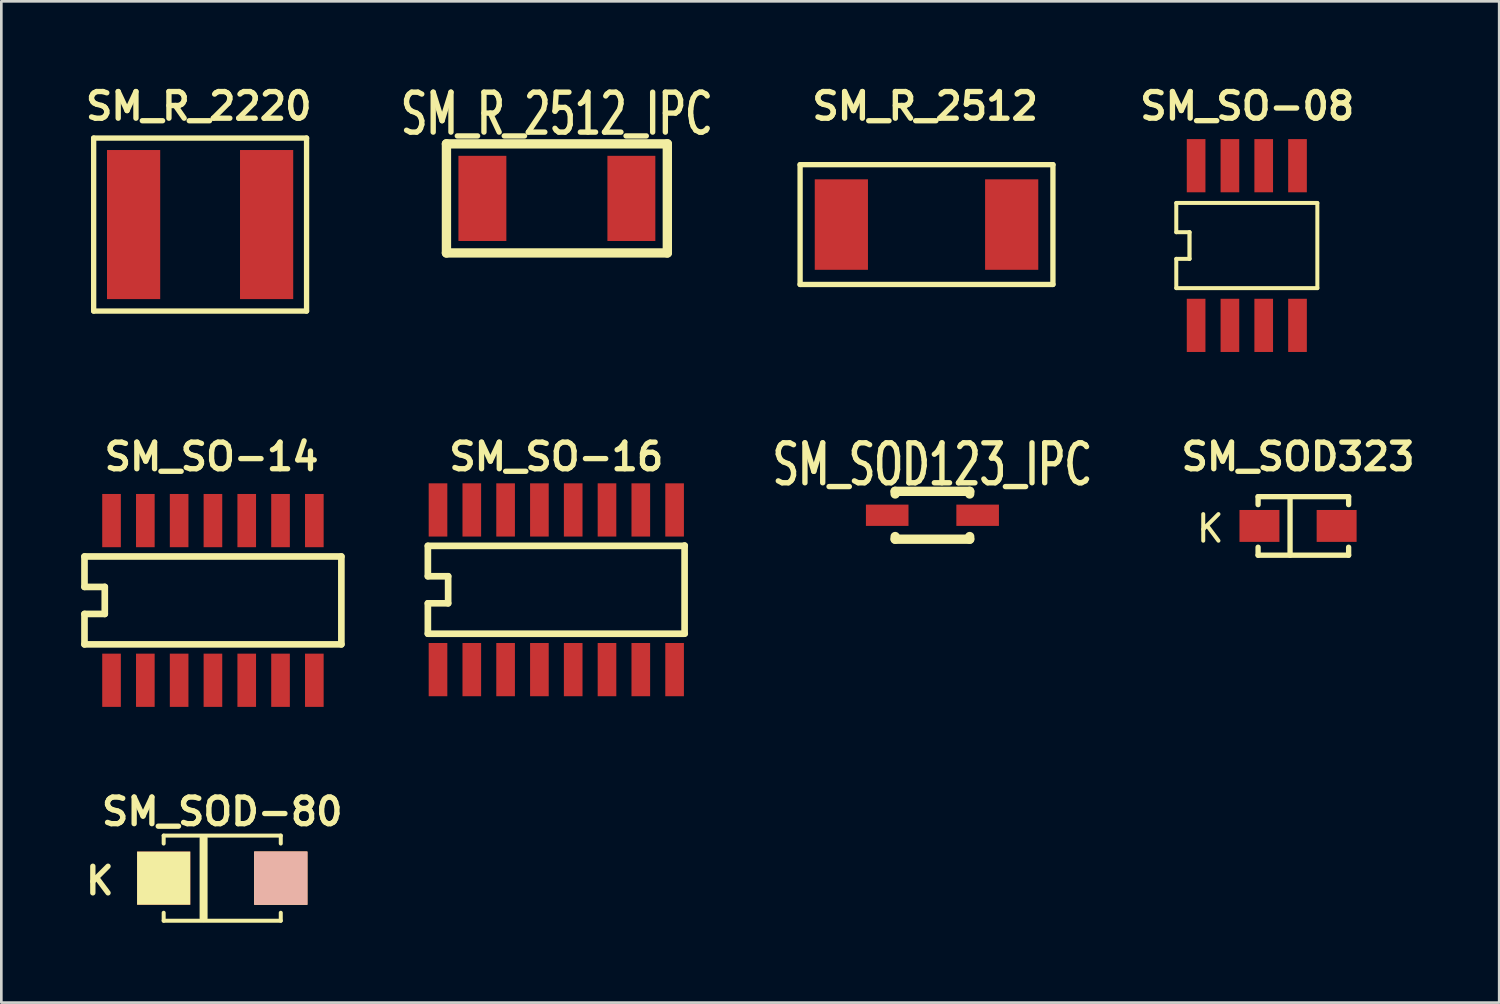
<source format=kicad_pcb>
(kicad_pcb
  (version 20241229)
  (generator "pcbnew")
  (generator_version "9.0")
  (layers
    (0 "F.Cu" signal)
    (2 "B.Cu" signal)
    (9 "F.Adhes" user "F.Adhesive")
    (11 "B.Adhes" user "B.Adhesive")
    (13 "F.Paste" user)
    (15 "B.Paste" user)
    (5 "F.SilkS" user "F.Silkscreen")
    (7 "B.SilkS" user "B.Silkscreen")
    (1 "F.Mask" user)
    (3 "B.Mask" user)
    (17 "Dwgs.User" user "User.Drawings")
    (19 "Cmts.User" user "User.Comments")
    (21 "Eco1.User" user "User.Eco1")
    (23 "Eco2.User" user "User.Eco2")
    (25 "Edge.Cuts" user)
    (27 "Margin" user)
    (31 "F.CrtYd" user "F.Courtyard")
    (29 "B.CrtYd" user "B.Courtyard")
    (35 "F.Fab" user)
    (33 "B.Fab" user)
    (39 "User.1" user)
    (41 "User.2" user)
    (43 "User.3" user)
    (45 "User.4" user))
  (footprint "SM_R_2220"
    (layer "F.Cu")
    (at 4.469 5.388)
    (property "Reference" "SM_R_2220" (at -0.051 -4.45 0) (layer "F.SilkS") (effects (font (size 1.001 1.001) (thickness 0.201))))
    (attr through_hole)
    (fp_line (start -4 -3.25) (end 4 -3.25) (stroke (width 0.2) (type solid)) (layer "F.SilkS"))
    (fp_line (start -4 3.25) (end -4 -3.25) (stroke (width 0.2) (type solid)) (layer "F.SilkS"))
    (fp_line (start 4 -3.25) (end 4 3.25) (stroke (width 0.2) (type solid)) (layer "F.SilkS"))
    (fp_line (start 4 3.25) (end -4 3.25) (stroke (width 0.2) (type solid)) (layer "F.SilkS"))
    (pad "1" smd rect (at -2.499 0) (size 1.999 5.601) (layers "F.Cu" "F.Mask" "F.Paste"))
    (pad "2" smd rect (at 2.499 0) (size 1.999 5.601) (layers "F.Cu" "F.Mask" "F.Paste")))
  (footprint "SM_SOD123_IPC"
    (layer "F.Cu")
    (at 31.986 16.311)
    (property "Reference" "SM_SOD123_IPC" (at 0 -1.905 0) (layer "F.SilkS") (effects (font (size 1.501 1.001) (thickness 0.201))))
    (attr through_hole)
    (fp_line (start -1.4 -0.899) (end -1.4 -0.8) (stroke (width 0.351) (type solid)) (layer "F.SilkS"))
    (fp_line (start -1.4 0.899) (end -1.4 0.8) (stroke (width 0.351) (type solid)) (layer "F.SilkS"))
    (fp_line (start -1.4 0.899) (end 1.4 0.899) (stroke (width 0.351) (type solid)) (layer "F.SilkS"))
    (fp_line (start 1.4 -0.899) (end -1.4 -0.899) (stroke (width 0.351) (type solid)) (layer "F.SilkS"))
    (fp_line (start 1.4 -0.899) (end 1.4 -0.8) (stroke (width 0.351) (type solid)) (layer "F.SilkS"))
    (fp_line (start 1.4 0.899) (end 1.4 0.8) (stroke (width 0.351) (type solid)) (layer "F.SilkS"))
    (pad "1" smd rect (at -1.699 0) (size 1.6 0.8) (layers "F.Cu" "F.Mask" "F.Paste"))
    (pad "2" smd rect (at 1.699 0) (size 1.6 0.8) (layers "F.Cu" "F.Mask" "F.Paste")))
  (footprint "SM_SO-14"
    (layer "F.Cu")
    (at 4.951 19.511)
    (property "Reference" "SM_SO-14" (at -0.05 -5.4 0) (layer "F.SilkS") (effects (font (size 1 1) (thickness 0.2))))
    (attr smd)
    (fp_line (start -4.826 -1.651) (end -4.826 -0.508) (stroke (width 0.25) (type solid)) (layer "F.SilkS"))
    (fp_line (start -4.826 -0.508) (end -4.064 -0.508) (stroke (width 0.25) (type solid)) (layer "F.SilkS"))
    (fp_line (start -4.826 0.508) (end -4.826 1.651) (stroke (width 0.25) (type solid)) (layer "F.SilkS"))
    (fp_line (start -4.826 1.651) (end 4.826 1.651) (stroke (width 0.25) (type solid)) (layer "F.SilkS"))
    (fp_line (start -4.064 -0.508) (end -4.064 0.508) (stroke (width 0.25) (type solid)) (layer "F.SilkS"))
    (fp_line (start -4.064 0.508) (end -4.826 0.508) (stroke (width 0.25) (type solid)) (layer "F.SilkS"))
    (fp_line (start 4.826 -1.651) (end -4.826 -1.651) (stroke (width 0.25) (type solid)) (layer "F.SilkS"))
    (fp_line (start 4.826 1.651) (end 4.826 -1.651) (stroke (width 0.25) (type solid)) (layer "F.SilkS"))
    (pad "1" smd rect (at -3.81 3) (size 0.7 2) (layers "F.Cu" "F.Mask" "F.Paste"))
    (pad "2" smd rect (at -2.54 3) (size 0.7 2) (layers "F.Cu" "F.Mask" "F.Paste"))
    (pad "3" smd rect (at -1.27 3) (size 0.7 2) (layers "F.Cu" "F.Mask" "F.Paste"))
    (pad "4" smd rect (at 0 3) (size 0.7 2) (layers "F.Cu" "F.Mask" "F.Paste"))
    (pad "5" smd rect (at 1.27 3) (size 0.7 2) (layers "F.Cu" "F.Mask" "F.Paste"))
    (pad "6" smd rect (at 2.54 3) (size 0.7 2) (layers "F.Cu" "F.Mask" "F.Paste"))
    (pad "7" smd rect (at 3.81 3) (size 0.7 2) (layers "F.Cu" "F.Mask" "F.Paste"))
    (pad "8" smd rect (at 3.81 -3) (size 0.7 2) (layers "F.Cu" "F.Mask" "F.Paste"))
    (pad "9" smd rect (at 2.54 -3) (size 0.7 2) (layers "F.Cu" "F.Mask" "F.Paste"))
    (pad "10" smd rect (at 1.27 -3) (size 0.7 2) (layers "F.Cu" "F.Mask" "F.Paste"))
    (pad "11" smd rect (at 0 -3) (size 0.7 2) (layers "F.Cu" "F.Mask" "F.Paste"))
    (pad "12" smd rect (at -1.27 -3) (size 0.7 2) (layers "F.Cu" "F.Mask" "F.Paste"))
    (pad "13" smd rect (at -2.54 -3) (size 0.7 2) (layers "F.Cu" "F.Mask" "F.Paste"))
    (pad "14" smd rect (at -3.81 -3) (size 0.7 2) (layers "F.Cu" "F.Mask" "F.Paste")))
  (footprint "SM_SOD-80"
    (layer "F.Cu")
    (at 5.3 29.947)
    (property "Reference" "SM_SOD-80" (at 0 -2.5 0) (layer "F.SilkS") (effects (font (size 1 1) (thickness 0.2))))
    (attr through_hole)
    (fp_line (start -2.2 -1.6) (end -2.2 -1.3) (stroke (width 0.15) (type solid)) (layer "F.SilkS"))
    (fp_line (start -2.2 -1.6) (end 2.2 -1.6) (stroke (width 0.15) (type solid)) (layer "F.SilkS"))
    (fp_line (start -2.2 1.3) (end -2.2 1.6) (stroke (width 0.15) (type solid)) (layer "F.SilkS"))
    (fp_line (start -2.2 1.6) (end 2.2 1.6) (stroke (width 0.15) (type solid)) (layer "F.SilkS"))
    (fp_line (start -0.7 1.5) (end -0.7 -1.5) (stroke (width 0.3) (type solid)) (layer "F.SilkS"))
    (fp_line (start 2.2 -1.6) (end 2.2 -1.3) (stroke (width 0.15) (type solid)) (layer "F.SilkS"))
    (fp_line (start 2.2 1.6) (end 2.2 1.3) (stroke (width 0.15) (type solid)) (layer "F.SilkS"))
    (fp_text user "K" (at -4.6 0.1 0) (layer "F.SilkS") (effects (font (size 1 1) (thickness 0.2))))
    (pad "1" smd rect (at 2.2 0) (size 1.999 1.999) (layers "*.SilkS" "F.Cu" "F.Mask" "F.Paste"))
    (pad "2" smd rect (at -2.2 0) (size 1.999 1.999) (layers "F.Cu" "F.Mask" "F.SilkS" "F.Paste")))
  (footprint "SM_R_2512_IPC"
    (layer "F.Cu")
    (at 17.875 4.405)
    (property "Reference" "SM_R_2512_IPC" (at 0 -3.175 0) (layer "F.SilkS") (effects (font (size 1.501 1.001) (thickness 0.201))))
    (attr through_hole)
    (fp_line (start -4.15 -2.05) (end 4.15 -2.05) (stroke (width 0.351) (type solid)) (layer "F.SilkS"))
    (fp_line (start -4.15 2.05) (end -4.15 -2.05) (stroke (width 0.351) (type solid)) (layer "F.SilkS"))
    (fp_line (start 4.15 -2.05) (end 4.15 2.05) (stroke (width 0.351) (type solid)) (layer "F.SilkS"))
    (fp_line (start 4.15 2.05) (end -4.15 2.05) (stroke (width 0.351) (type solid)) (layer "F.SilkS"))
    (pad "1" smd rect (at -2.799 0) (size 1.801 3.2) (layers "F.Cu" "F.Mask" "F.Paste"))
    (pad "2" smd rect (at 2.799 0) (size 1.801 3.2) (layers "F.Cu" "F.Mask" "F.Paste")))
  (footprint "SM_SO-16"
    (layer "F.Cu")
    (at 17.853 19.111)
    (property "Reference" "SM_SO-16" (at 0 -5 0) (layer "F.SilkS") (effects (font (size 1 1) (thickness 0.2))))
    (attr smd)
    (fp_line (start -4.826 -1.651) (end -4.826 -0.508) (stroke (width 0.25) (type solid)) (layer "F.SilkS"))
    (fp_line (start -4.826 -0.508) (end -4.064 -0.508) (stroke (width 0.25) (type solid)) (layer "F.SilkS"))
    (fp_line (start -4.826 0.508) (end -4.826 1.651) (stroke (width 0.25) (type solid)) (layer "F.SilkS"))
    (fp_line (start -4.826 1.651) (end 4.826 1.651) (stroke (width 0.25) (type solid)) (layer "F.SilkS"))
    (fp_line (start -4.064 -0.508) (end -4.064 0.508) (stroke (width 0.25) (type solid)) (layer "F.SilkS"))
    (fp_line (start -4.064 0.508) (end -4.826 0.508) (stroke (width 0.25) (type solid)) (layer "F.SilkS"))
    (fp_line (start 4.821 1.638) (end 4.821 -1.664) (stroke (width 0.25) (type solid)) (layer "F.SilkS"))
    (fp_line (start 4.826 -1.651) (end -4.826 -1.651) (stroke (width 0.25) (type solid)) (layer "F.SilkS"))
    (pad "1" smd rect (at -4.445 3) (size 0.7 2) (layers "F.Cu" "F.Mask" "F.Paste"))
    (pad "2" smd rect (at -3.175 3) (size 0.7 2) (layers "F.Cu" "F.Mask" "F.Paste"))
    (pad "3" smd rect (at -1.905 3) (size 0.7 2) (layers "F.Cu" "F.Mask" "F.Paste"))
    (pad "4" smd rect (at -0.635 3) (size 0.7 2) (layers "F.Cu" "F.Mask" "F.Paste"))
    (pad "5" smd rect (at 0.635 3) (size 0.7 2) (layers "F.Cu" "F.Mask" "F.Paste"))
    (pad "6" smd rect (at 1.905 3) (size 0.7 2) (layers "F.Cu" "F.Mask" "F.Paste"))
    (pad "7" smd rect (at 3.175 3) (size 0.7 2) (layers "F.Cu" "F.Mask" "F.Paste"))
    (pad "8" smd rect (at 4.445 3) (size 0.7 2) (layers "F.Cu" "F.Mask" "F.Paste"))
    (pad "9" smd rect (at 4.445 -3) (size 0.7 2) (layers "F.Cu" "F.Mask" "F.Paste"))
    (pad "10" smd rect (at 3.175 -3) (size 0.7 2) (layers "F.Cu" "F.Mask" "F.Paste"))
    (pad "11" smd rect (at 1.905 -3) (size 0.7 2) (layers "F.Cu" "F.Mask" "F.Paste"))
    (pad "12" smd rect (at 0.635 -3) (size 0.7 2) (layers "F.Cu" "F.Mask" "F.Paste"))
    (pad "13" smd rect (at -0.635 -3) (size 0.7 2) (layers "F.Cu" "F.Mask" "F.Paste"))
    (pad "14" smd rect (at -1.905 -3) (size 0.7 2) (layers "F.Cu" "F.Mask" "F.Paste"))
    (pad "15" smd rect (at -3.175 -3) (size 0.7 2) (layers "F.Cu" "F.Mask" "F.Paste"))
    (pad "16" smd rect (at -4.445 -3) (size 0.7 2) (layers "F.Cu" "F.Mask" "F.Paste")))
  (footprint "SM_SO-08"
    (layer "F.Cu")
    (at 43.799 6.176)
    (property "Reference" "SM_SO-08" (at 0.015 -5.24 0) (layer "F.SilkS") (effects (font (size 1 1) (thickness 0.2))))
    (attr smd)
    (fp_line (start -2.65 -1.6) (end -2.65 -0.5) (stroke (width 0.15) (type solid)) (layer "F.SilkS"))
    (fp_line (start -2.65 -1.6) (end 2.65 -1.6) (stroke (width 0.15) (type solid)) (layer "F.SilkS"))
    (fp_line (start -2.65 -0.5) (end -2.15 -0.5) (stroke (width 0.15) (type solid)) (layer "F.SilkS"))
    (fp_line (start -2.65 0.5) (end -2.65 1.6) (stroke (width 0.15) (type solid)) (layer "F.SilkS"))
    (fp_line (start -2.65 0.5) (end -2.15 0.5) (stroke (width 0.15) (type solid)) (layer "F.SilkS"))
    (fp_line (start -2.65 1.6) (end 2.65 1.6) (stroke (width 0.15) (type solid)) (layer "F.SilkS"))
    (fp_line (start -2.159 -0.508) (end -2.159 0.508) (stroke (width 0.127) (type solid)) (layer "F.SilkS"))
    (fp_line (start -2.15 0.5) (end -2.15 -0.5) (stroke (width 0.15) (type solid)) (layer "F.SilkS"))
    (fp_line (start 2.65 1.6) (end 2.65 -1.6) (stroke (width 0.15) (type solid)) (layer "F.SilkS"))
    (pad "1" smd rect (at -1.905 3) (size 0.701 1.999) (layers "F.Cu" "F.Mask" "F.Paste"))
    (pad "2" smd rect (at -0.635 3) (size 0.701 1.999) (layers "F.Cu" "F.Mask" "F.Paste"))
    (pad "3" smd rect (at 0.635 3) (size 0.701 1.999) (layers "F.Cu" "F.Mask" "F.Paste"))
    (pad "4" smd rect (at 1.905 3) (size 0.701 1.999) (layers "F.Cu" "F.Mask" "F.Paste"))
    (pad "5" smd rect (at 1.905 -3) (size 0.701 1.999) (layers "F.Cu" "F.Mask" "F.Paste"))
    (pad "6" smd rect (at 0.635 -3) (size 0.701 1.999) (layers "F.Cu" "F.Mask" "F.Paste"))
    (pad "7" smd rect (at -0.635 -3) (size 0.701 1.999) (layers "F.Cu" "F.Mask" "F.Paste"))
    (pad "8" smd rect (at -1.905 -3) (size 0.701 1.999) (layers "F.Cu" "F.Mask" "F.Paste")))
  (footprint "SM_R_2512"
    (layer "F.Cu")
    (at 31.764 5.388)
    (property "Reference" "SM_R_2512" (at -0.051 -4.45 0) (layer "F.SilkS") (effects (font (size 1.001 1.001) (thickness 0.201))))
    (attr through_hole)
    (fp_line (start -4.75 -2.25) (end 4.75 -2.25) (stroke (width 0.2) (type solid)) (layer "F.SilkS"))
    (fp_line (start -4.75 2.25) (end -4.75 -2.25) (stroke (width 0.2) (type solid)) (layer "F.SilkS"))
    (fp_line (start 4.75 -2.25) (end 4.75 2.25) (stroke (width 0.2) (type solid)) (layer "F.SilkS"))
    (fp_line (start 4.75 2.25) (end -4.75 2.25) (stroke (width 0.2) (type solid)) (layer "F.SilkS"))
    (pad "1" smd rect (at -3.2 0) (size 1.999 3.4) (layers "F.Cu" "F.Mask" "F.Paste"))
    (pad "2" smd rect (at 3.2 0) (size 1.999 3.4) (layers "F.Cu" "F.Mask" "F.Paste")))
  (footprint "SM_SOD323"
    (layer "F.Cu")
    (at 45.724 16.712)
    (property "Reference" "SM_SOD323" (at 0 -2.601 0) (layer "F.SilkS") (effects (font (size 1 1) (thickness 0.2))))
    (attr through_hole)
    (fp_line (start -1.501 -1.1) (end -1.501 -0.8) (stroke (width 0.2) (type solid)) (layer "F.SilkS"))
    (fp_line (start -1.501 1.1) (end -1.501 0.8) (stroke (width 0.2) (type solid)) (layer "F.SilkS"))
    (fp_line (start -1.5 -1.1) (end 1.9 -1.1) (stroke (width 0.2) (type solid)) (layer "F.SilkS"))
    (fp_line (start -1.5 1.1) (end 1.9 1.1) (stroke (width 0.2) (type solid)) (layer "F.SilkS"))
    (fp_line (start -0.3 -1.001) (end -0.3 1.1) (stroke (width 0.2) (type solid)) (layer "F.SilkS"))
    (fp_line (start 1.901 -1.1) (end 1.901 -0.8) (stroke (width 0.2) (type solid)) (layer "F.SilkS"))
    (fp_line (start 1.901 1.1) (end 1.901 0.8) (stroke (width 0.2) (type solid)) (layer "F.SilkS"))
    (fp_text user "K" (at -3.3 0.1 0) (layer "F.SilkS") (effects (font (size 1 1) (thickness 0.15))))
    (pad "1" smd rect (at 1.45 0) (size 1.501 1.199) (layers "F.Cu" "F.Mask" "F.Paste"))
    (pad "2" smd rect (at -1.45 0) (size 1.501 1.199) (layers "F.Cu" "F.Mask" "F.Paste")))
  (gr_rect
    (start -3 -3)
    (end 53.282 34.622)
    (stroke (width 0.1) (type default))
    (fill no)
    (layer "Edge.Cuts")))
</source>
